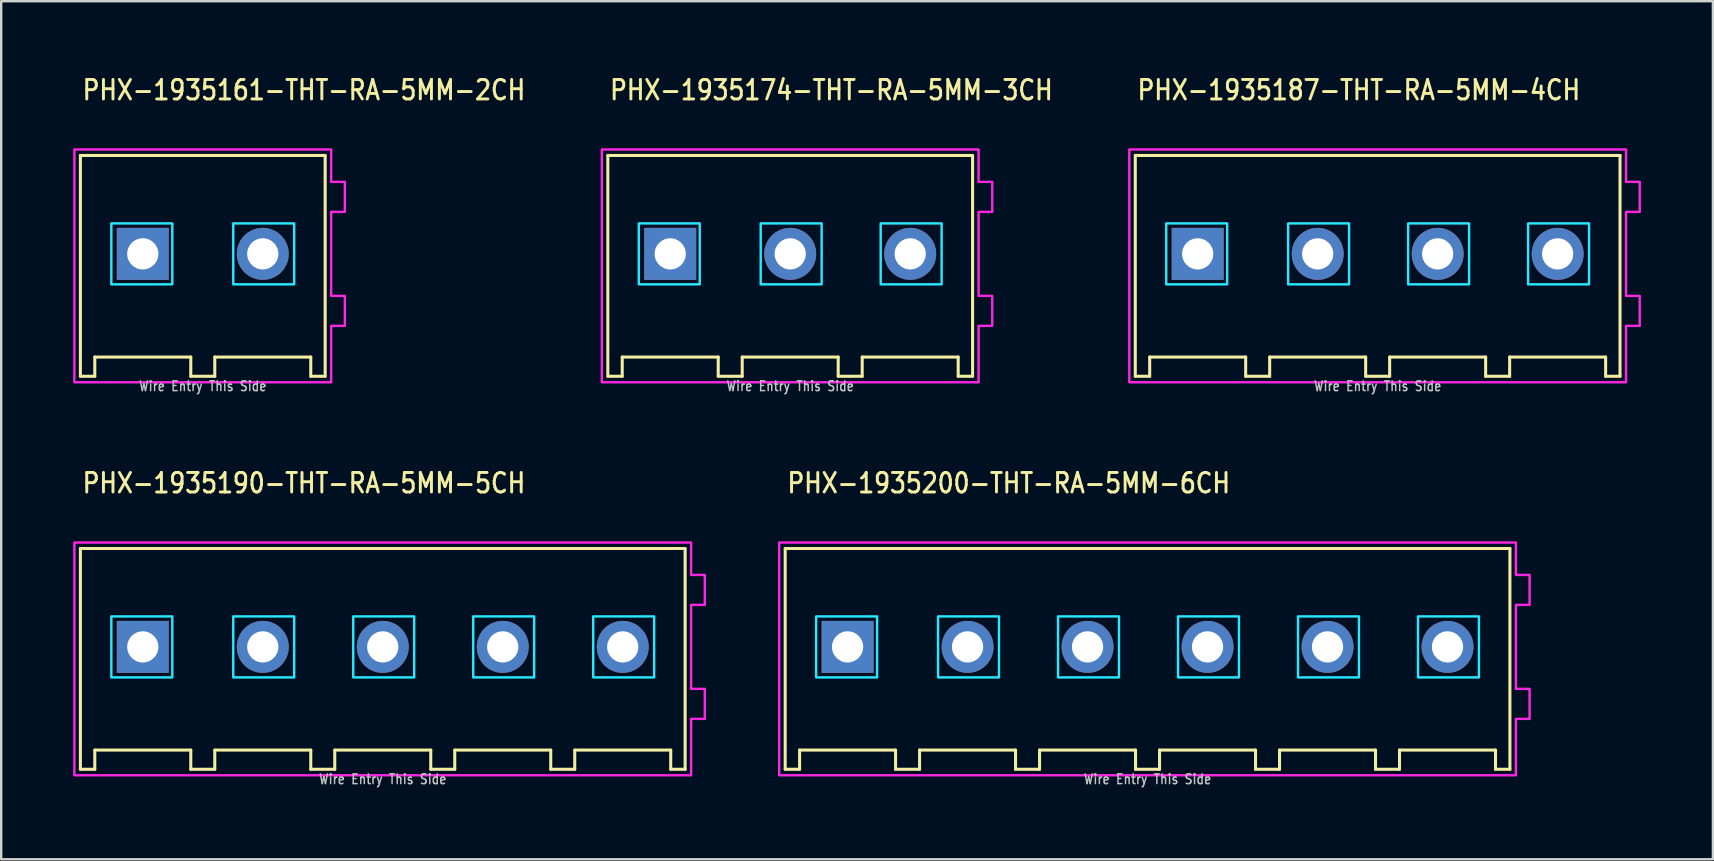
<source format=kicad_pcb>
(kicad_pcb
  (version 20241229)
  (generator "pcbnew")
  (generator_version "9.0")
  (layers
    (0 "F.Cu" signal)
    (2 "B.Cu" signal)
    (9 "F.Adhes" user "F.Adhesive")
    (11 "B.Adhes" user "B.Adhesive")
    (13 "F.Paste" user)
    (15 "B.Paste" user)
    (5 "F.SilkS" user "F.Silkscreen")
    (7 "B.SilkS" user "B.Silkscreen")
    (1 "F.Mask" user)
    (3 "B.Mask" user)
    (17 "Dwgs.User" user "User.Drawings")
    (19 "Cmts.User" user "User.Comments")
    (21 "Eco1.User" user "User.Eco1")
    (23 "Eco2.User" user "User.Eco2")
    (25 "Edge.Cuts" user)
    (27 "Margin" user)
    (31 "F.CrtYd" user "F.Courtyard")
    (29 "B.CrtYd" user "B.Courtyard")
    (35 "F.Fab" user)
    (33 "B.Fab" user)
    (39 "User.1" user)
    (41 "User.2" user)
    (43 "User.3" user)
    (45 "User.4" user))
  (footprint "PHX-1935187-THT-RA-5MM-4CH"
    (layer "F.Cu")
    (at 54.359 7.529)
    (property "Reference" "PHX-1935187-THT-RA-5MM-4CH" (at -10.08 -6.35 0) (unlocked yes) (layer "F.SilkS") (effects (font (size 0.813 0.695) (thickness 0.122)) (justify left bottom)))
    (fp_line (start -10.1 -4.1) (end -10.1 5.1) (stroke (width 0.127) (type solid)) (layer "F.SilkS"))
    (fp_line (start -10.1 5.1) (end -9.5 5.1) (stroke (width 0.127) (type solid)) (layer "F.SilkS"))
    (fp_line (start -9.5 4.3) (end -5.5 4.3) (stroke (width 0.127) (type solid)) (layer "F.SilkS"))
    (fp_line (start -9.5 5.1) (end -9.5 4.3) (stroke (width 0.127) (type solid)) (layer "F.SilkS"))
    (fp_line (start -5.5 4.3) (end -5.5 5.1) (stroke (width 0.127) (type solid)) (layer "F.SilkS"))
    (fp_line (start -5.5 5.1) (end -4.5 5.1) (stroke (width 0.127) (type solid)) (layer "F.SilkS"))
    (fp_line (start -4.5 4.3) (end -0.5 4.3) (stroke (width 0.127) (type solid)) (layer "F.SilkS"))
    (fp_line (start -4.5 5.1) (end -4.5 4.3) (stroke (width 0.127) (type solid)) (layer "F.SilkS"))
    (fp_line (start -0.5 4.3) (end -0.5 5.1) (stroke (width 0.127) (type solid)) (layer "F.SilkS"))
    (fp_line (start -0.5 5.1) (end 0.5 5.1) (stroke (width 0.127) (type solid)) (layer "F.SilkS"))
    (fp_line (start 0.5 4.3) (end 4.5 4.3) (stroke (width 0.127) (type solid)) (layer "F.SilkS"))
    (fp_line (start 0.5 5.1) (end 0.5 4.3) (stroke (width 0.127) (type solid)) (layer "F.SilkS"))
    (fp_line (start 4.5 4.3) (end 4.5 5.1) (stroke (width 0.127) (type solid)) (layer "F.SilkS"))
    (fp_line (start 4.5 5.1) (end 5.5 5.1) (stroke (width 0.127) (type solid)) (layer "F.SilkS"))
    (fp_line (start 5.5 4.3) (end 9.5 4.3) (stroke (width 0.127) (type solid)) (layer "F.SilkS"))
    (fp_line (start 5.5 5.1) (end 5.5 4.3) (stroke (width 0.127) (type solid)) (layer "F.SilkS"))
    (fp_line (start 9.5 4.3) (end 9.5 5.1) (stroke (width 0.127) (type solid)) (layer "F.SilkS"))
    (fp_line (start 9.5 5.1) (end 10.1 5.1) (stroke (width 0.127) (type solid)) (layer "F.SilkS"))
    (fp_line (start 10.1 -4.1) (end -10.1 -4.1) (stroke (width 0.127) (type solid)) (layer "F.SilkS"))
    (fp_line (start 10.1 5.1) (end 10.1 -4.1) (stroke (width 0.127) (type solid)) (layer "F.SilkS"))
    (fp_poly (pts (xy -8.81 -1.27) (xy -6.27 -1.27) (xy -6.27 1.27) (xy -8.81 1.27)) (stroke (width 0.1) (type solid)) (fill no) (layer "B.CrtYd"))
    (fp_poly (pts (xy -3.73 -1.27) (xy -1.19 -1.27) (xy -1.19 1.27) (xy -3.73 1.27)) (stroke (width 0.1) (type solid)) (fill no) (layer "B.CrtYd"))
    (fp_poly (pts (xy 1.27 -1.27) (xy 3.81 -1.27) (xy 3.81 1.27) (xy 1.27 1.27)) (stroke (width 0.1) (type solid)) (fill no) (layer "B.CrtYd"))
    (fp_poly (pts (xy 6.27 -1.27) (xy 8.81 -1.27) (xy 8.81 1.27) (xy 6.27 1.27)) (stroke (width 0.1) (type solid)) (fill no) (layer "B.CrtYd"))
    (fp_poly (pts (xy -10.35 -4.35) (xy -10.35 5.35) (xy 10.35 5.35) (xy 10.35 3) (xy 10.92 3) (xy 10.92 1.75) (xy 10.35 1.75) (xy 10.35 -1.75) (xy 10.92 -1.75) (xy 10.92 -3) (xy 10.35 -3) (xy 10.35 -4.35)) (stroke (width 0.1) (type solid)) (fill no) (layer "F.CrtYd"))
    (fp_text user "Wire Entry This Side" (at 0 5.75 0) (unlocked yes) (layer "Dwgs.User") (effects (font (size 0.406 0.347) (thickness 0.061)) (justify bottom)))
    (pad "1" thru_hole rect (at -7.5 0) (size 2.167 2.167) (drill 1.3) (layers "*.Cu" "*.Mask"))
    (pad "2" thru_hole oval (at -2.5 0) (size 2.167 2.167) (drill 1.3) (layers "*.Cu" "*.Mask"))
    (pad "3" thru_hole oval (at 2.5 0) (size 2.167 2.167) (drill 1.3) (layers "*.Cu" "*.Mask"))
    (pad "4" thru_hole oval (at 7.5 0) (size 2.167 2.167) (drill 1.3) (layers "*.Cu" "*.Mask")))
  (footprint "PHX-1935200-THT-RA-5MM-6CH"
    (layer "F.Cu")
    (at 44.77 23.907)
    (property "Reference" "PHX-1935200-THT-RA-5MM-6CH" (at -15.08 -6.35 0) (unlocked yes) (layer "F.SilkS") (effects (font (size 0.813 0.695) (thickness 0.122)) (justify left bottom)))
    (fp_line (start -15.1 -4.1) (end -15.1 5.1) (stroke (width 0.127) (type solid)) (layer "F.SilkS"))
    (fp_line (start -15.1 5.1) (end -14.5 5.1) (stroke (width 0.127) (type solid)) (layer "F.SilkS"))
    (fp_line (start -14.5 4.3) (end -10.5 4.3) (stroke (width 0.127) (type solid)) (layer "F.SilkS"))
    (fp_line (start -14.5 5.1) (end -14.5 4.3) (stroke (width 0.127) (type solid)) (layer "F.SilkS"))
    (fp_line (start -10.5 4.3) (end -10.5 5.1) (stroke (width 0.127) (type solid)) (layer "F.SilkS"))
    (fp_line (start -10.5 5.1) (end -9.5 5.1) (stroke (width 0.127) (type solid)) (layer "F.SilkS"))
    (fp_line (start -9.5 4.3) (end -5.5 4.3) (stroke (width 0.127) (type solid)) (layer "F.SilkS"))
    (fp_line (start -9.5 5.1) (end -9.5 4.3) (stroke (width 0.127) (type solid)) (layer "F.SilkS"))
    (fp_line (start -5.5 4.3) (end -5.5 5.1) (stroke (width 0.127) (type solid)) (layer "F.SilkS"))
    (fp_line (start -5.5 5.1) (end -4.5 5.1) (stroke (width 0.127) (type solid)) (layer "F.SilkS"))
    (fp_line (start -4.5 4.3) (end -0.5 4.3) (stroke (width 0.127) (type solid)) (layer "F.SilkS"))
    (fp_line (start -4.5 5.1) (end -4.5 4.3) (stroke (width 0.127) (type solid)) (layer "F.SilkS"))
    (fp_line (start -0.5 4.3) (end -0.5 5.1) (stroke (width 0.127) (type solid)) (layer "F.SilkS"))
    (fp_line (start -0.5 5.1) (end 0.5 5.1) (stroke (width 0.127) (type solid)) (layer "F.SilkS"))
    (fp_line (start 0.5 4.3) (end 4.5 4.3) (stroke (width 0.127) (type solid)) (layer "F.SilkS"))
    (fp_line (start 0.5 5.1) (end 0.5 4.3) (stroke (width 0.127) (type solid)) (layer "F.SilkS"))
    (fp_line (start 4.5 4.3) (end 4.5 5.1) (stroke (width 0.127) (type solid)) (layer "F.SilkS"))
    (fp_line (start 4.5 5.1) (end 5.5 5.1) (stroke (width 0.127) (type solid)) (layer "F.SilkS"))
    (fp_line (start 5.5 4.3) (end 9.5 4.3) (stroke (width 0.127) (type solid)) (layer "F.SilkS"))
    (fp_line (start 5.5 5.1) (end 5.5 4.3) (stroke (width 0.127) (type solid)) (layer "F.SilkS"))
    (fp_line (start 9.5 4.3) (end 9.5 5.1) (stroke (width 0.127) (type solid)) (layer "F.SilkS"))
    (fp_line (start 9.5 5.1) (end 10.5 5.1) (stroke (width 0.127) (type solid)) (layer "F.SilkS"))
    (fp_line (start 10.5 4.3) (end 14.5 4.3) (stroke (width 0.127) (type solid)) (layer "F.SilkS"))
    (fp_line (start 10.5 5.1) (end 10.5 4.3) (stroke (width 0.127) (type solid)) (layer "F.SilkS"))
    (fp_line (start 14.5 4.3) (end 14.5 5.1) (stroke (width 0.127) (type solid)) (layer "F.SilkS"))
    (fp_line (start 14.5 5.1) (end 15.1 5.1) (stroke (width 0.127) (type solid)) (layer "F.SilkS"))
    (fp_line (start 15.1 -4.1) (end -15.1 -4.1) (stroke (width 0.127) (type solid)) (layer "F.SilkS"))
    (fp_line (start 15.1 5.1) (end 15.1 -4.1) (stroke (width 0.127) (type solid)) (layer "F.SilkS"))
    (fp_poly (pts (xy -13.81 -1.27) (xy -11.27 -1.27) (xy -11.27 1.27) (xy -13.81 1.27)) (stroke (width 0.1) (type solid)) (fill no) (layer "B.CrtYd"))
    (fp_poly (pts (xy -8.73 -1.27) (xy -6.19 -1.27) (xy -6.19 1.27) (xy -8.73 1.27)) (stroke (width 0.1) (type solid)) (fill no) (layer "B.CrtYd"))
    (fp_poly (pts (xy -3.73 -1.27) (xy -1.19 -1.27) (xy -1.19 1.27) (xy -3.73 1.27)) (stroke (width 0.1) (type solid)) (fill no) (layer "B.CrtYd"))
    (fp_poly (pts (xy 1.27 -1.27) (xy 3.81 -1.27) (xy 3.81 1.27) (xy 1.27 1.27)) (stroke (width 0.1) (type solid)) (fill no) (layer "B.CrtYd"))
    (fp_poly (pts (xy 6.27 -1.27) (xy 8.81 -1.27) (xy 8.81 1.27) (xy 6.27 1.27)) (stroke (width 0.1) (type solid)) (fill no) (layer "B.CrtYd"))
    (fp_poly (pts (xy 11.27 -1.27) (xy 13.81 -1.27) (xy 13.81 1.27) (xy 11.27 1.27)) (stroke (width 0.1) (type solid)) (fill no) (layer "B.CrtYd"))
    (fp_poly (pts (xy -15.35 -4.35) (xy -15.35 5.35) (xy 15.35 5.35) (xy 15.35 3) (xy 15.92 3) (xy 15.92 1.75) (xy 15.35 1.75) (xy 15.35 -1.75) (xy 15.92 -1.75) (xy 15.92 -3) (xy 15.35 -3) (xy 15.35 -4.35)) (stroke (width 0.1) (type solid)) (fill no) (layer "F.CrtYd"))
    (fp_text user "Wire Entry This Side" (at 0 5.75 0) (unlocked yes) (layer "Dwgs.User") (effects (font (size 0.406 0.347) (thickness 0.061)) (justify bottom)))
    (pad "1" thru_hole rect (at -12.5 0) (size 2.167 2.167) (drill 1.3) (layers "*.Cu" "*.Mask"))
    (pad "2" thru_hole oval (at -7.5 0) (size 2.167 2.167) (drill 1.3) (layers "*.Cu" "*.Mask"))
    (pad "3" thru_hole oval (at -2.5 0) (size 2.167 2.167) (drill 1.3) (layers "*.Cu" "*.Mask"))
    (pad "4" thru_hole oval (at 2.5 0) (size 2.167 2.167) (drill 1.3) (layers "*.Cu" "*.Mask"))
    (pad "5" thru_hole oval (at 7.5 0) (size 2.167 2.167) (drill 1.3) (layers "*.Cu" "*.Mask"))
    (pad "6" thru_hole oval (at 12.5 0) (size 2.167 2.167) (drill 1.3) (layers "*.Cu" "*.Mask")))
  (footprint "PHX-1935190-THT-RA-5MM-5CH"
    (layer "F.Cu")
    (at 12.9 23.907)
    (property "Reference" "PHX-1935190-THT-RA-5MM-5CH" (at -12.58 -6.35 0) (unlocked yes) (layer "F.SilkS") (effects (font (size 0.813 0.695) (thickness 0.122)) (justify left bottom)))
    (fp_line (start -12.6 -4.1) (end -12.6 5.1) (stroke (width 0.127) (type solid)) (layer "F.SilkS"))
    (fp_line (start -12.6 5.1) (end -12 5.1) (stroke (width 0.127) (type solid)) (layer "F.SilkS"))
    (fp_line (start -12 4.3) (end -8 4.3) (stroke (width 0.127) (type solid)) (layer "F.SilkS"))
    (fp_line (start -12 5.1) (end -12 4.3) (stroke (width 0.127) (type solid)) (layer "F.SilkS"))
    (fp_line (start -8 4.3) (end -8 5.1) (stroke (width 0.127) (type solid)) (layer "F.SilkS"))
    (fp_line (start -8 5.1) (end -7 5.1) (stroke (width 0.127) (type solid)) (layer "F.SilkS"))
    (fp_line (start -7 4.3) (end -3 4.3) (stroke (width 0.127) (type solid)) (layer "F.SilkS"))
    (fp_line (start -7 5.1) (end -7 4.3) (stroke (width 0.127) (type solid)) (layer "F.SilkS"))
    (fp_line (start -3 4.3) (end -3 5.1) (stroke (width 0.127) (type solid)) (layer "F.SilkS"))
    (fp_line (start -3 5.1) (end -2 5.1) (stroke (width 0.127) (type solid)) (layer "F.SilkS"))
    (fp_line (start -2 4.3) (end 2 4.3) (stroke (width 0.127) (type solid)) (layer "F.SilkS"))
    (fp_line (start -2 5.1) (end -2 4.3) (stroke (width 0.127) (type solid)) (layer "F.SilkS"))
    (fp_line (start 2 4.3) (end 2 5.1) (stroke (width 0.127) (type solid)) (layer "F.SilkS"))
    (fp_line (start 2 5.1) (end 3 5.1) (stroke (width 0.127) (type solid)) (layer "F.SilkS"))
    (fp_line (start 3 4.3) (end 7 4.3) (stroke (width 0.127) (type solid)) (layer "F.SilkS"))
    (fp_line (start 3 5.1) (end 3 4.3) (stroke (width 0.127) (type solid)) (layer "F.SilkS"))
    (fp_line (start 7 4.3) (end 7 5.1) (stroke (width 0.127) (type solid)) (layer "F.SilkS"))
    (fp_line (start 7 5.1) (end 8 5.1) (stroke (width 0.127) (type solid)) (layer "F.SilkS"))
    (fp_line (start 8 4.3) (end 12 4.3) (stroke (width 0.127) (type solid)) (layer "F.SilkS"))
    (fp_line (start 8 5.1) (end 8 4.3) (stroke (width 0.127) (type solid)) (layer "F.SilkS"))
    (fp_line (start 12 4.3) (end 12 5.1) (stroke (width 0.127) (type solid)) (layer "F.SilkS"))
    (fp_line (start 12 5.1) (end 12.6 5.1) (stroke (width 0.127) (type solid)) (layer "F.SilkS"))
    (fp_line (start 12.6 -4.1) (end -12.6 -4.1) (stroke (width 0.127) (type solid)) (layer "F.SilkS"))
    (fp_line (start 12.6 5.1) (end 12.6 -4.1) (stroke (width 0.127) (type solid)) (layer "F.SilkS"))
    (fp_poly (pts (xy -11.31 -1.27) (xy -8.77 -1.27) (xy -8.77 1.27) (xy -11.31 1.27)) (stroke (width 0.1) (type solid)) (fill no) (layer "B.CrtYd"))
    (fp_poly (pts (xy -6.23 -1.27) (xy -3.69 -1.27) (xy -3.69 1.27) (xy -6.23 1.27)) (stroke (width 0.1) (type solid)) (fill no) (layer "B.CrtYd"))
    (fp_poly (pts (xy -1.23 -1.27) (xy 1.31 -1.27) (xy 1.31 1.27) (xy -1.23 1.27)) (stroke (width 0.1) (type solid)) (fill no) (layer "B.CrtYd"))
    (fp_poly (pts (xy 3.77 -1.27) (xy 6.31 -1.27) (xy 6.31 1.27) (xy 3.77 1.27)) (stroke (width 0.1) (type solid)) (fill no) (layer "B.CrtYd"))
    (fp_poly (pts (xy 8.77 -1.27) (xy 11.31 -1.27) (xy 11.31 1.27) (xy 8.77 1.27)) (stroke (width 0.1) (type solid)) (fill no) (layer "B.CrtYd"))
    (fp_poly (pts (xy -12.85 -4.35) (xy -12.85 5.35) (xy 12.85 5.35) (xy 12.85 3) (xy 13.42 3) (xy 13.42 1.75) (xy 12.85 1.75) (xy 12.85 -1.75) (xy 13.42 -1.75) (xy 13.42 -3) (xy 12.85 -3) (xy 12.85 -4.35)) (stroke (width 0.1) (type solid)) (fill no) (layer "F.CrtYd"))
    (fp_text user "Wire Entry This Side" (at 0 5.75 0) (unlocked yes) (layer "Dwgs.User") (effects (font (size 0.406 0.347) (thickness 0.061)) (justify bottom)))
    (pad "1" thru_hole rect (at -10 0) (size 2.167 2.167) (drill 1.3) (layers "*.Cu" "*.Mask"))
    (pad "2" thru_hole oval (at -5 0) (size 2.167 2.167) (drill 1.3) (layers "*.Cu" "*.Mask"))
    (pad "3" thru_hole oval (at 0 0) (size 2.167 2.167) (drill 1.3) (layers "*.Cu" "*.Mask"))
    (pad "4" thru_hole oval (at 5 0) (size 2.167 2.167) (drill 1.3) (layers "*.Cu" "*.Mask"))
    (pad "5" thru_hole oval (at 10 0) (size 2.167 2.167) (drill 1.3) (layers "*.Cu" "*.Mask")))
  (footprint "PHX-1935161-THT-RA-5MM-2CH"
    (layer "F.Cu")
    (at 5.4 7.529)
    (property "Reference" "PHX-1935161-THT-RA-5MM-2CH" (at -5.08 -6.35 0) (unlocked yes) (layer "F.SilkS") (effects (font (size 0.813 0.695) (thickness 0.122)) (justify left bottom)))
    (fp_line (start -5.1 -4.1) (end -5.1 5.1) (stroke (width 0.127) (type solid)) (layer "F.SilkS"))
    (fp_line (start -5.1 5.1) (end -4.5 5.1) (stroke (width 0.127) (type solid)) (layer "F.SilkS"))
    (fp_line (start -4.5 4.3) (end -0.5 4.3) (stroke (width 0.127) (type solid)) (layer "F.SilkS"))
    (fp_line (start -4.5 5.1) (end -4.5 4.3) (stroke (width 0.127) (type solid)) (layer "F.SilkS"))
    (fp_line (start -0.5 4.3) (end -0.5 5.1) (stroke (width 0.127) (type solid)) (layer "F.SilkS"))
    (fp_line (start -0.5 5.1) (end 0.5 5.1) (stroke (width 0.127) (type solid)) (layer "F.SilkS"))
    (fp_line (start 0.5 4.3) (end 4.5 4.3) (stroke (width 0.127) (type solid)) (layer "F.SilkS"))
    (fp_line (start 0.5 5.1) (end 0.5 4.3) (stroke (width 0.127) (type solid)) (layer "F.SilkS"))
    (fp_line (start 4.5 4.3) (end 4.5 5.1) (stroke (width 0.127) (type solid)) (layer "F.SilkS"))
    (fp_line (start 4.5 5.1) (end 5.1 5.1) (stroke (width 0.127) (type solid)) (layer "F.SilkS"))
    (fp_line (start 5.1 -4.1) (end -5.1 -4.1) (stroke (width 0.127) (type solid)) (layer "F.SilkS"))
    (fp_line (start 5.1 5.1) (end 5.1 -4.1) (stroke (width 0.127) (type solid)) (layer "F.SilkS"))
    (fp_poly (pts (xy -3.81 -1.27) (xy -1.27 -1.27) (xy -1.27 1.27) (xy -3.81 1.27)) (stroke (width 0.1) (type solid)) (fill no) (layer "B.CrtYd"))
    (fp_poly (pts (xy 1.27 -1.27) (xy 3.81 -1.27) (xy 3.81 1.27) (xy 1.27 1.27)) (stroke (width 0.1) (type solid)) (fill no) (layer "B.CrtYd"))
    (fp_poly (pts (xy -5.35 -4.35) (xy -5.35 5.35) (xy 5.35 5.35) (xy 5.35 3) (xy 5.92 3) (xy 5.92 1.75) (xy 5.35 1.75) (xy 5.35 -1.75) (xy 5.92 -1.75) (xy 5.92 -3) (xy 5.35 -3) (xy 5.35 -4.35)) (stroke (width 0.1) (type solid)) (fill no) (layer "F.CrtYd"))
    (fp_text user "Wire Entry This Side" (at 0 5.75 0) (unlocked yes) (layer "Dwgs.User") (effects (font (size 0.406 0.347) (thickness 0.061)) (justify bottom)))
    (pad "1" thru_hole rect (at -2.5 0) (size 2.167 2.167) (drill 1.3) (layers "*.Cu" "*.Mask"))
    (pad "2" thru_hole oval (at 2.5 0) (size 2.167 2.167) (drill 1.3) (layers "*.Cu" "*.Mask")))
  (footprint "PHX-1935174-THT-RA-5MM-3CH"
    (layer "F.Cu")
    (at 29.879 7.529)
    (property "Reference" "PHX-1935174-THT-RA-5MM-3CH" (at -7.58 -6.35 0) (unlocked yes) (layer "F.SilkS") (effects (font (size 0.813 0.695) (thickness 0.122)) (justify left bottom)))
    (fp_line (start -7.6 -4.1) (end -7.6 5.1) (stroke (width 0.127) (type solid)) (layer "F.SilkS"))
    (fp_line (start -7.6 5.1) (end -7 5.1) (stroke (width 0.127) (type solid)) (layer "F.SilkS"))
    (fp_line (start -7 4.3) (end -3 4.3) (stroke (width 0.127) (type solid)) (layer "F.SilkS"))
    (fp_line (start -7 5.1) (end -7 4.3) (stroke (width 0.127) (type solid)) (layer "F.SilkS"))
    (fp_line (start -3 4.3) (end -3 5.1) (stroke (width 0.127) (type solid)) (layer "F.SilkS"))
    (fp_line (start -3 5.1) (end -2 5.1) (stroke (width 0.127) (type solid)) (layer "F.SilkS"))
    (fp_line (start -2 4.3) (end 2 4.3) (stroke (width 0.127) (type solid)) (layer "F.SilkS"))
    (fp_line (start -2 5.1) (end -2 4.3) (stroke (width 0.127) (type solid)) (layer "F.SilkS"))
    (fp_line (start 2 4.3) (end 2 5.1) (stroke (width 0.127) (type solid)) (layer "F.SilkS"))
    (fp_line (start 2 5.1) (end 3 5.1) (stroke (width 0.127) (type solid)) (layer "F.SilkS"))
    (fp_line (start 3 4.3) (end 7 4.3) (stroke (width 0.127) (type solid)) (layer "F.SilkS"))
    (fp_line (start 3 5.1) (end 3 4.3) (stroke (width 0.127) (type solid)) (layer "F.SilkS"))
    (fp_line (start 7 4.3) (end 7 5.1) (stroke (width 0.127) (type solid)) (layer "F.SilkS"))
    (fp_line (start 7 5.1) (end 7.6 5.1) (stroke (width 0.127) (type solid)) (layer "F.SilkS"))
    (fp_line (start 7.6 -4.1) (end -7.6 -4.1) (stroke (width 0.127) (type solid)) (layer "F.SilkS"))
    (fp_line (start 7.6 5.1) (end 7.6 -4.1) (stroke (width 0.127) (type solid)) (layer "F.SilkS"))
    (fp_poly (pts (xy -6.31 -1.27) (xy -3.77 -1.27) (xy -3.77 1.27) (xy -6.31 1.27)) (stroke (width 0.1) (type solid)) (fill no) (layer "B.CrtYd"))
    (fp_poly (pts (xy -1.23 -1.27) (xy 1.31 -1.27) (xy 1.31 1.27) (xy -1.23 1.27)) (stroke (width 0.1) (type solid)) (fill no) (layer "B.CrtYd"))
    (fp_poly (pts (xy 3.77 -1.27) (xy 6.31 -1.27) (xy 6.31 1.27) (xy 3.77 1.27)) (stroke (width 0.1) (type solid)) (fill no) (layer "B.CrtYd"))
    (fp_poly (pts (xy -7.85 -4.35) (xy -7.85 5.35) (xy 7.85 5.35) (xy 7.85 3) (xy 8.42 3) (xy 8.42 1.75) (xy 7.85 1.75) (xy 7.85 -1.75) (xy 8.42 -1.75) (xy 8.42 -3) (xy 7.85 -3) (xy 7.85 -4.35)) (stroke (width 0.1) (type solid)) (fill no) (layer "F.CrtYd"))
    (fp_text user "Wire Entry This Side" (at 0 5.75 0) (unlocked yes) (layer "Dwgs.User") (effects (font (size 0.406 0.347) (thickness 0.061)) (justify bottom)))
    (pad "1" thru_hole rect (at -5 0) (size 2.167 2.167) (drill 1.3) (layers "*.Cu" "*.Mask"))
    (pad "2" thru_hole oval (at 0 0) (size 2.167 2.167) (drill 1.3) (layers "*.Cu" "*.Mask"))
    (pad "3" thru_hole oval (at 5 0) (size 2.167 2.167) (drill 1.3) (layers "*.Cu" "*.Mask")))
  (gr_rect
    (start -3 -3)
    (end 68.329 32.757)
    (stroke (width 0.1) (type default))
    (fill no)
    (layer "Edge.Cuts")))
</source>
